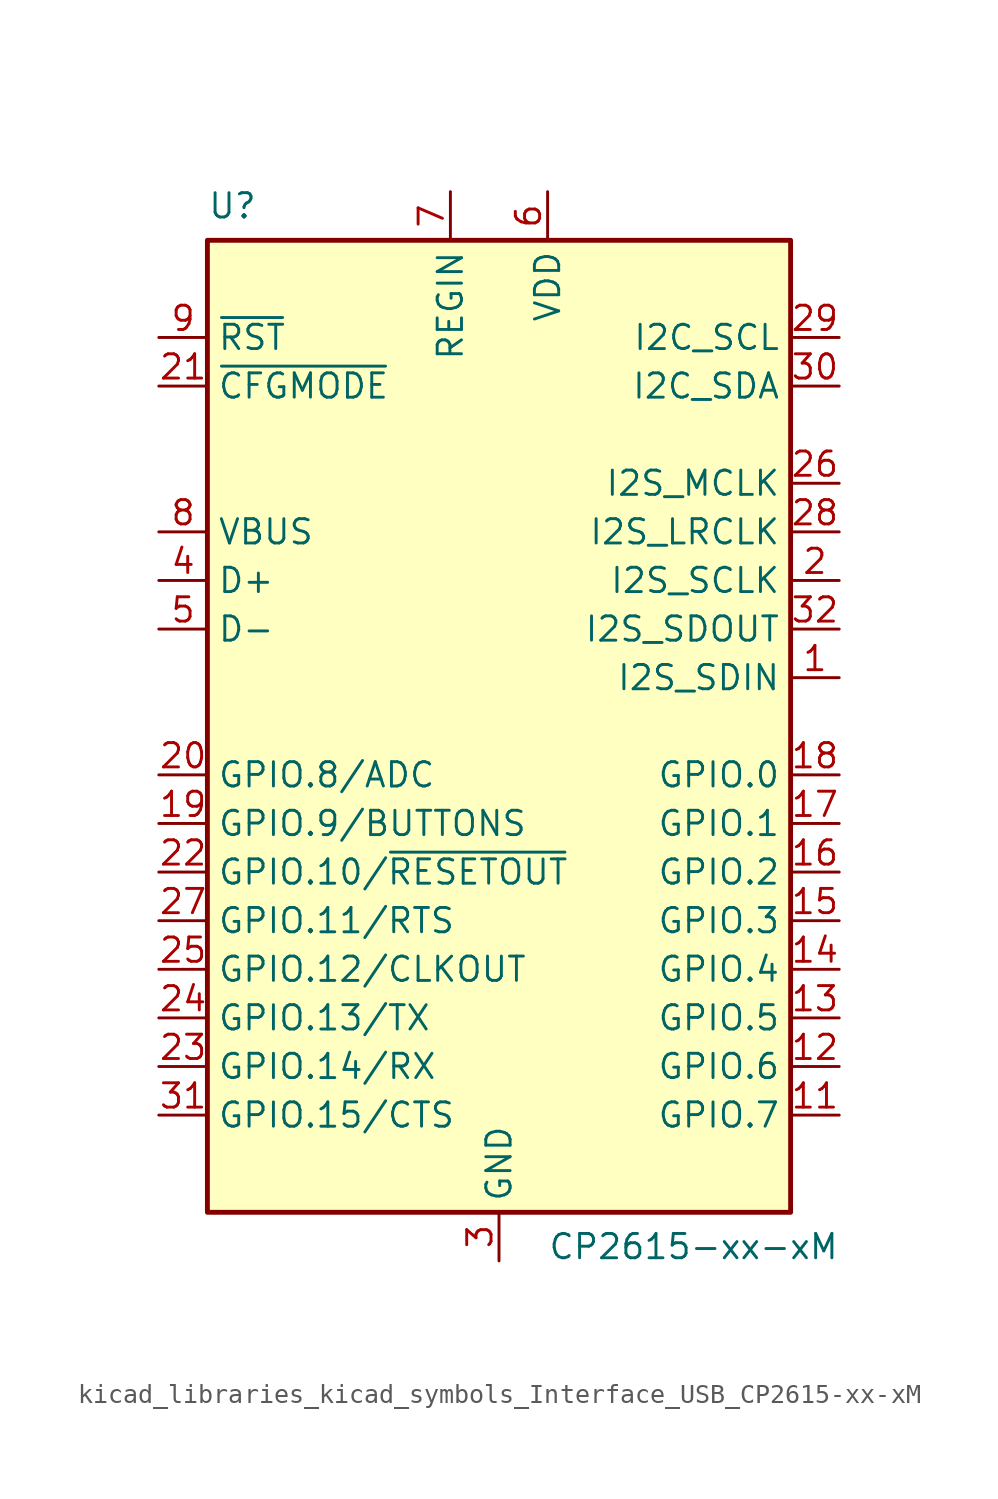
<source format=kicad_sym>
(kicad_symbol_lib
  (version 20220914)
  (generator kicad_symbol_editor)
  (symbol "kicad_libraries_kicad_symbols_Interface_USB_CP2615-xx-xM"
    (property "Reference" "U"
      (at -15.24 27.94 0)
      (effects (font (size 1.27 1.27)) (justify left top)))
    (property "Value" "CP2615-xx-xM"
      (at 2.54 -27.94 0)
      (effects (font (size 1.27 1.27)) (justify left bottom)))
    (symbol "kicad_libraries_kicad_symbols_Interface_USB_CP2615-xx-xM_0_0"
      (pin input line (at 17.78 2.54 180) (length 2.54) (name "I2S_SDIN" (effects (font (size 1.27 1.27)))) (number "1" (effects (font (size 1.27 1.27)))))
      (pin no_connect line (at -15.24 15.24 0) (length 2.54) hide (name "NC" (effects (font (size 1.27 1.27)))) (number "10" (effects (font (size 1.27 1.27)))))
      (pin bidirectional line (at 17.78 -20.32 180) (length 2.54) (name "GPIO.7" (effects (font (size 1.27 1.27)))) (number "11" (effects (font (size 1.27 1.27)))))
      (pin bidirectional line (at 17.78 -17.78 180) (length 2.54) (name "GPIO.6" (effects (font (size 1.27 1.27)))) (number "12" (effects (font (size 1.27 1.27)))))
      (pin output line (at 17.78 7.62 180) (length 2.54) (name "I2S_SCLK" (effects (font (size 1.27 1.27)))) (number "2" (effects (font (size 1.27 1.27)))))
      (pin input line (at -17.78 17.78 0) (length 2.54) (name "~{CFGMODE}" (effects (font (size 1.27 1.27)))) (number "21" (effects (font (size 1.27 1.27)))))
      (pin bidirectional line (at -17.78 -7.62 0) (length 2.54) (name "GPIO.10/~{RESETOUT}" (effects (font (size 1.27 1.27)))) (number "22" (effects (font (size 1.27 1.27)))))
      (pin bidirectional line (at -17.78 -17.78 0) (length 2.54) (name "GPIO.14/RX" (effects (font (size 1.27 1.27)))) (number "23" (effects (font (size 1.27 1.27)))))
      (pin bidirectional line (at -17.78 -15.24 0) (length 2.54) (name "GPIO.13/TX" (effects (font (size 1.27 1.27)))) (number "24" (effects (font (size 1.27 1.27)))))
      (pin bidirectional line (at -17.78 -12.7 0) (length 2.54) (name "GPIO.12/CLKOUT" (effects (font (size 1.27 1.27)))) (number "25" (effects (font (size 1.27 1.27)))))
      (pin output line (at 17.78 12.7 180) (length 2.54) (name "I2S_MCLK" (effects (font (size 1.27 1.27)))) (number "26" (effects (font (size 1.27 1.27)))))
      (pin bidirectional line (at -17.78 -10.16 0) (length 2.54) (name "GPIO.11/RTS" (effects (font (size 1.27 1.27)))) (number "27" (effects (font (size 1.27 1.27)))))
      (pin output line (at 17.78 10.16 180) (length 2.54) (name "I2S_LRCLK" (effects (font (size 1.27 1.27)))) (number "28" (effects (font (size 1.27 1.27)))))
      (pin bidirectional line (at 17.78 20.32 180) (length 2.54) (name "I2C_SCL" (effects (font (size 1.27 1.27)))) (number "29" (effects (font (size 1.27 1.27)))))
      (pin power_in line (at 0 -27.94 90) (length 2.54) (name "GND" (effects (font (size 1.27 1.27)))) (number "3" (effects (font (size 1.27 1.27)))))
      (pin bidirectional line (at 17.78 17.78 180) (length 2.54) (name "I2C_SDA" (effects (font (size 1.27 1.27)))) (number "30" (effects (font (size 1.27 1.27)))))
      (pin bidirectional line (at -17.78 -20.32 0) (length 2.54) (name "GPIO.15/CTS" (effects (font (size 1.27 1.27)))) (number "31" (effects (font (size 1.27 1.27)))))
      (pin output line (at 17.78 5.08 180) (length 2.54) (name "I2S_SDOUT" (effects (font (size 1.27 1.27)))) (number "32" (effects (font (size 1.27 1.27)))))
      (pin bidirectional line (at -17.78 7.62 0) (length 2.54) (name "D+" (effects (font (size 1.27 1.27)))) (number "4" (effects (font (size 1.27 1.27)))))
      (pin bidirectional line (at -17.78 5.08 0) (length 2.54) (name "D-" (effects (font (size 1.27 1.27)))) (number "5" (effects (font (size 1.27 1.27)))))
      (pin power_in line (at 2.54 27.94 270) (length 2.54) (name "VDD" (effects (font (size 1.27 1.27)))) (number "6" (effects (font (size 1.27 1.27)))))
      (pin power_in line (at -2.54 27.94 270) (length 2.54) (name "REGIN" (effects (font (size 1.27 1.27)))) (number "7" (effects (font (size 1.27 1.27)))))
      (pin input line (at -17.78 10.16 0) (length 2.54) (name "VBUS" (effects (font (size 1.27 1.27)))) (number "8" (effects (font (size 1.27 1.27)))))
      (pin bidirectional line (at -17.78 20.32 0) (length 2.54) (name "~{RST}" (effects (font (size 1.27 1.27)))) (number "9" (effects (font (size 1.27 1.27))))))
    (symbol "kicad_libraries_kicad_symbols_Interface_USB_CP2615-xx-xM_0_1"
      (rectangle (start -15.24 -25.4) (end 15.24 25.4) (stroke (width 0.254) (type default)) (fill (type background))))
    (symbol "kicad_libraries_kicad_symbols_Interface_USB_CP2615-xx-xM_1_1"
      (pin bidirectional line (at 17.78 -15.24 180) (length 2.54) (name "GPIO.5" (effects (font (size 1.27 1.27)))) (number "13" (effects (font (size 1.27 1.27)))))
      (pin bidirectional line (at 17.78 -12.7 180) (length 2.54) (name "GPIO.4" (effects (font (size 1.27 1.27)))) (number "14" (effects (font (size 1.27 1.27)))))
      (pin bidirectional line (at 17.78 -10.16 180) (length 2.54) (name "GPIO.3" (effects (font (size 1.27 1.27)))) (number "15" (effects (font (size 1.27 1.27)))))
      (pin bidirectional line (at 17.78 -7.62 180) (length 2.54) (name "GPIO.2" (effects (font (size 1.27 1.27)))) (number "16" (effects (font (size 1.27 1.27)))))
      (pin bidirectional line (at 17.78 -5.08 180) (length 2.54) (name "GPIO.1" (effects (font (size 1.27 1.27)))) (number "17" (effects (font (size 1.27 1.27)))))
      (pin bidirectional line (at 17.78 -2.54 180) (length 2.54) (name "GPIO.0" (effects (font (size 1.27 1.27)))) (number "18" (effects (font (size 1.27 1.27)))))
      (pin bidirectional line (at -17.78 -5.08 0) (length 2.54) (name "GPIO.9/BUTTONS" (effects (font (size 1.27 1.27)))) (number "19" (effects (font (size 1.27 1.27)))))
      (pin bidirectional line (at -17.78 -2.54 0) (length 2.54) (name "GPIO.8/ADC" (effects (font (size 1.27 1.27)))) (number "20" (effects (font (size 1.27 1.27)))))
      (pin passive line (at 0 -27.94 90) (length 2.54) hide (name "GND" (effects (font (size 1.27 1.27)))) (number "33" (effects (font (size 1.27 1.27))))))))
</source>
